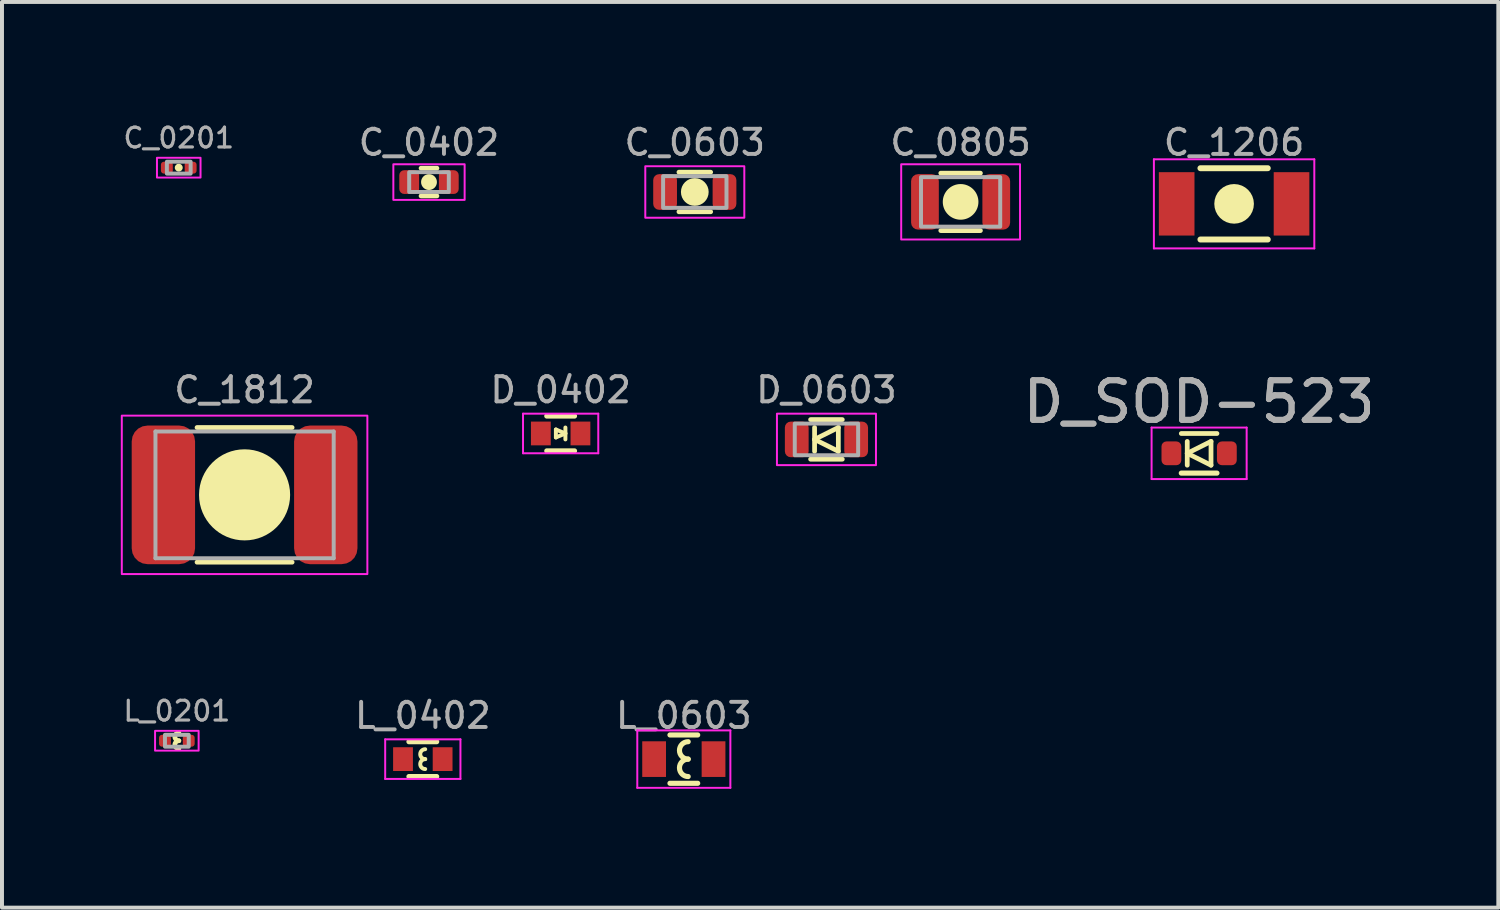
<source format=kicad_pcb>
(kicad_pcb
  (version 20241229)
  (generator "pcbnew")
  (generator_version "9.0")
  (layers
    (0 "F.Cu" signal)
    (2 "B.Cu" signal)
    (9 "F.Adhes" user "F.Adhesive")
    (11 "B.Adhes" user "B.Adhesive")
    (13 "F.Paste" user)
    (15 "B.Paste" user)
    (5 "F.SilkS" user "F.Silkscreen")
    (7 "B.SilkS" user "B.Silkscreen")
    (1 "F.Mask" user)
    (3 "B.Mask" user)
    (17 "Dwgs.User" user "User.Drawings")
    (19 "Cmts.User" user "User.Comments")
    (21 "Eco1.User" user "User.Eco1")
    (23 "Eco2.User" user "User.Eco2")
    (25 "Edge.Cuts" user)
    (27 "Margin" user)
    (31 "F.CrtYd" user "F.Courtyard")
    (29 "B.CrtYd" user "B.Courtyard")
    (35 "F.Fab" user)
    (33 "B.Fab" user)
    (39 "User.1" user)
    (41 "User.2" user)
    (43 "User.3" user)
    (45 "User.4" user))
  (footprint "D_0603"
    (layer "F.Cu")
    (at 17.816 8.044)
    (property "Reference" "D_0603" (at 0 -1.25 0) (layer "F.Fab") (effects (font (size 0.635 0.635) (thickness 0.1))))
    (attr smd)
    (fp_line (start -0.4 -0.5) (end 0.4 -0.5) (stroke (width 0.12) (type solid)) (layer "F.SilkS"))
    (fp_line (start -0.3 -0.3) (end -0.3 0.3) (stroke (width 0.12) (type solid)) (layer "F.SilkS"))
    (fp_line (start -0.3 0) (end 0.3 -0.3) (stroke (width 0.12) (type solid)) (layer "F.SilkS"))
    (fp_line (start 0.3 -0.3) (end 0.3 0.3) (stroke (width 0.12) (type solid)) (layer "F.SilkS"))
    (fp_line (start 0.3 0.3) (end -0.3 0) (stroke (width 0.12) (type solid)) (layer "F.SilkS"))
    (fp_line (start 0.4 0.5) (end -0.4 0.5) (stroke (width 0.12) (type solid)) (layer "F.SilkS"))
    (fp_arc (start -0.850001 -0.025) (mid -0.791422 -0.166422) (end -0.650001 -0.225001) (stroke (width 0.2) (type default)) (layer "F.Paste"))
    (fp_arc (start -0.65 0.225) (mid -0.791422 0.166421) (end -0.850001 0.025) (stroke (width 0.2) (type default)) (layer "F.Paste"))
    (fp_arc (start 0.65 -0.225) (mid 0.791422 -0.166421) (end 0.850001 -0.025) (stroke (width 0.2) (type default)) (layer "F.Paste"))
    (fp_arc (start 0.850001 0.025) (mid 0.791422 0.166422) (end 0.650001 0.225001) (stroke (width 0.2) (type default)) (layer "F.Paste"))
    (fp_poly (pts (xy -0.6 0.275) (xy -0.9 0.275) (xy -0.9 -0.275) (xy -0.6 -0.275) (xy -0.6 -0.225) (xy -0.85 -0.225) (xy -0.85 0.225) (xy -0.6 0.225)) (stroke (width 0.2) (type solid)) (fill yes) (layer "F.Paste"))
    (fp_poly (pts (xy 0.6 -0.275) (xy 0.9 -0.275) (xy 0.9 0.275) (xy 0.6 0.275) (xy 0.6 0.225) (xy 0.85 0.225) (xy 0.85 -0.225) (xy 0.6 -0.225)) (stroke (width 0.2) (type solid)) (fill yes) (layer "F.Paste"))
    (fp_rect (start -1.25 -0.65) (end 1.25 0.65) (stroke (width 0.05) (type solid)) (fill no) (layer "F.CrtYd"))
    (fp_rect (start -0.8 -0.4) (end 0.8 0.4) (stroke (width 0.1) (type solid)) (fill no) (layer "F.Fab"))
    (pad "A" smd roundrect (at 0.75 0) (size 0.6 0.9) (layers "F.Cu" "F.Mask") (roundrect_rratio 0.25))
    (pad "C" smd roundrect (at -0.75 0) (size 0.6 0.9) (layers "F.Cu" "F.Mask") (roundrect_rratio 0.25)))
  (footprint "D_0402"
    (layer "F.Cu")
    (at 11.105 7.894)
    (property "Reference" "D_0402" (at 0 -1.1 0) (layer "F.Fab") (effects (font (size 0.635 0.635) (thickness 0.1))))
    (attr smd)
    (fp_line (start -0.35 -0.44) (end 0.35 -0.44) (stroke (width 0.13) (type solid)) (layer "F.SilkS"))
    (fp_line (start -0.12 -0.1) (end -0.12 0.1) (stroke (width 0.1) (type solid)) (layer "F.SilkS"))
    (fp_line (start -0.12 0.1) (end 0.12 0) (stroke (width 0.1) (type solid)) (layer "F.SilkS"))
    (fp_line (start 0.12 -0.15) (end 0.12 0.15) (stroke (width 0.1) (type solid)) (layer "F.SilkS"))
    (fp_line (start 0.12 0) (end -0.12 -0.1) (stroke (width 0.1) (type solid)) (layer "F.SilkS"))
    (fp_line (start 0.35 0.44) (end -0.35 0.44) (stroke (width 0.13) (type solid)) (layer "F.SilkS"))
    (fp_line (start -0.95 -0.5) (end -0.95 0.5) (stroke (width 0.05) (type solid)) (layer "F.CrtYd"))
    (fp_line (start -0.95 -0.5) (end 0.95 -0.5) (stroke (width 0.05) (type solid)) (layer "F.CrtYd"))
    (fp_line (start -0.95 0.5) (end 0.95 0.5) (stroke (width 0.05) (type solid)) (layer "F.CrtYd"))
    (fp_line (start 0.95 -0.5) (end 0.95 0.5) (stroke (width 0.05) (type solid)) (layer "F.CrtYd"))
    (pad "A" smd rect (at -0.5 0) (size 0.5 0.6) (layers "F.Cu" "F.Mask" "F.Paste"))
    (pad "C" smd rect (at 0.5 0) (size 0.5 0.6) (layers "F.Cu" "F.Mask" "F.Paste")))
  (footprint "C_0603"
    (layer "F.Cu")
    (at 14.492 1.797)
    (property "Reference" "C_0603" (at 0 -1.25 0) (layer "F.Fab") (effects (font (size 0.635 0.635) (thickness 0.1))))
    (attr smd)
    (fp_line (start -0.4 -0.5) (end 0.4 -0.5) (stroke (width 0.12) (type solid)) (layer "F.SilkS"))
    (fp_line (start 0.4 0.5) (end -0.4 0.5) (stroke (width 0.12) (type solid)) (layer "F.SilkS"))
    (fp_circle (center 0 0) (end 0.3 0) (stroke (width 0.1) (type solid)) (fill yes) (layer "F.SilkS"))
    (fp_arc (start -0.880001 -0.02) (mid -0.809707 -0.189706) (end -0.640001 -0.26) (stroke (width 0.25) (type default)) (layer "F.Paste"))
    (fp_arc (start -0.64 0.260001) (mid -0.809706 0.189707) (end -0.88 0.020001) (stroke (width 0.25) (type default)) (layer "F.Paste"))
    (fp_arc (start 0.64 -0.260001) (mid 0.809706 -0.189707) (end 0.88 -0.020001) (stroke (width 0.25) (type default)) (layer "F.Paste"))
    (fp_arc (start 0.880001 0.02) (mid 0.809707 0.189706) (end 0.640001 0.26) (stroke (width 0.25) (type default)) (layer "F.Paste"))
    (fp_poly (pts (xy -0.6 0.3) (xy -0.9 0.3) (xy -0.9 -0.3) (xy -0.6 -0.3) (xy -0.6 -0.26) (xy -0.88 -0.26) (xy -0.88 0.26) (xy -0.6 0.26)) (stroke (width 0.25) (type solid)) (fill yes) (layer "F.Paste"))
    (fp_poly (pts (xy 0.6 -0.3) (xy 0.9 -0.3) (xy 0.9 0.3) (xy 0.6 0.3) (xy 0.6 0.26) (xy 0.88 0.26) (xy 0.88 -0.26) (xy 0.6 -0.26)) (stroke (width 0.25) (type solid)) (fill yes) (layer "F.Paste"))
    (fp_rect (start -1.25 -0.65) (end 1.25 0.65) (stroke (width 0.05) (type solid)) (fill no) (layer "F.CrtYd"))
    (fp_rect (start -0.8 -0.4) (end 0.8 0.4) (stroke (width 0.1) (type solid)) (fill no) (layer "F.Fab"))
    (pad "1" smd roundrect (at -0.75 0) (size 0.6 0.9) (layers "F.Cu" "F.Mask") (roundrect_rratio 0.25))
    (pad "2" smd roundrect (at 0.75 0) (size 0.6 0.9) (layers "F.Cu" "F.Mask") (roundrect_rratio 0.25)))
  (footprint "C_0402"
    (layer "F.Cu")
    (at 7.781 1.547)
    (property "Reference" "C_0402" (at 0 -1 0) (layer "F.Fab") (effects (font (size 0.635 0.635) (thickness 0.1))))
    (attr smd)
    (fp_line (start -0.2 -0.35) (end 0.2 -0.35) (stroke (width 0.12) (type solid)) (layer "F.SilkS"))
    (fp_line (start 0.2 0.35) (end -0.2 0.35) (stroke (width 0.12) (type solid)) (layer "F.SilkS"))
    (fp_circle (center 0 0) (end 0.15 0) (stroke (width 0.1) (type solid)) (fill yes) (layer "F.SilkS"))
    (fp_rect (start -0.9 -0.45) (end 0.9 0.45) (stroke (width 0.05) (type solid)) (fill no) (layer "F.CrtYd"))
    (fp_rect (start -0.5 -0.25) (end 0.5 0.25) (stroke (width 0.1) (type solid)) (fill no) (layer "F.Fab"))
    (pad "1" smd roundrect (at -0.5 0) (size 0.5 0.6) (layers "F.Cu" "F.Mask" "F.Paste") (roundrect_rratio 0.25))
    (pad "2" smd roundrect (at 0.5 0) (size 0.5 0.6) (layers "F.Cu" "F.Mask" "F.Paste") (roundrect_rratio 0.25)))
  (footprint "C_0805"
    (layer "F.Cu")
    (at 21.203 2.047)
    (property "Reference" "C_0805" (at 0 -1.5 0) (layer "F.Fab") (effects (font (size 0.635 0.635) (thickness 0.1))))
    (attr smd)
    (fp_line (start -0.5 -0.725) (end 0.5 -0.725) (stroke (width 0.12) (type solid)) (layer "F.SilkS"))
    (fp_line (start 0.5 0.725) (end -0.5 0.725) (stroke (width 0.12) (type solid)) (layer "F.SilkS"))
    (fp_circle (center 0 0) (end 0.4 0) (stroke (width 0.1) (type solid)) (fill yes) (layer "F.SilkS"))
    (fp_rect (start -1.5 -0.95) (end 1.5 0.95) (stroke (width 0.05) (type solid)) (fill no) (layer "F.CrtYd"))
    (fp_rect (start -1 -0.625) (end 1 0.625) (stroke (width 0.1) (type solid)) (fill no) (layer "F.Fab"))
    (pad "1" smd roundrect (at -0.9 0) (size 0.7 1.4) (layers "F.Cu" "F.Mask" "F.Paste") (roundrect_rratio 0.25))
    (pad "2" smd roundrect (at 0.9 0) (size 0.7 1.4) (layers "F.Cu" "F.Mask" "F.Paste") (roundrect_rratio 0.25)))
  (footprint "L_0603"
    (layer "F.Cu")
    (at 14.215 16.116)
    (property "Reference" "L_0603" (at 0 -1.1 0) (layer "F.Fab") (effects (font (size 0.635 0.635) (thickness 0.1))))
    (attr smd)
    (fp_line (start -0.35 -0.61) (end 0.35 -0.61) (stroke (width 0.13) (type solid)) (layer "F.SilkS"))
    (fp_line (start 0.35 0.61) (end -0.35 0.61) (stroke (width 0.13) (type solid)) (layer "F.SilkS"))
    (fp_arc (start 0.11 0) (mid -0.11 -0.22) (end 0.11 -0.44) (stroke (width 0.13) (type solid)) (layer "F.SilkS"))
    (fp_arc (start 0.11 0.44) (mid -0.11 0.22) (end 0.11 0) (stroke (width 0.13) (type solid)) (layer "F.SilkS"))
    (fp_line (start -1.175 -0.725) (end -1.175 0.725) (stroke (width 0.05) (type solid)) (layer "F.CrtYd"))
    (fp_line (start -1.175 -0.725) (end 1.175 -0.725) (stroke (width 0.05) (type solid)) (layer "F.CrtYd"))
    (fp_line (start -1.175 0.725) (end 1.175 0.725) (stroke (width 0.05) (type solid)) (layer "F.CrtYd"))
    (fp_line (start 1.175 -0.725) (end 1.175 0.725) (stroke (width 0.05) (type solid)) (layer "F.CrtYd"))
    (pad "1" smd rect (at -0.75 0) (size 0.6 0.9) (layers "F.Cu" "F.Mask" "F.Paste"))
    (pad "2" smd rect (at 0.75 0) (size 0.6 0.9) (layers "F.Cu" "F.Mask" "F.Paste")))
  (footprint "D_SOD-523"
    (layer "F.Cu")
    (at 27.225 8.395)
    (property "Reference" "D_SOD-523" (at 0 -1.3 0) (layer "F.Fab") (effects (font (size 1 1) (thickness 0.15))))
    (attr smd)
    (fp_line (start -0.45 -0.5) (end 0.45 -0.5) (stroke (width 0.12) (type solid)) (layer "F.SilkS"))
    (fp_line (start -0.3 -0.3) (end -0.3 0.3) (stroke (width 0.12) (type solid)) (layer "F.SilkS"))
    (fp_line (start -0.3 0) (end 0.3 -0.3) (stroke (width 0.12) (type solid)) (layer "F.SilkS"))
    (fp_line (start 0.3 -0.3) (end 0.3 0.3) (stroke (width 0.12) (type solid)) (layer "F.SilkS"))
    (fp_line (start 0.3 0.3) (end -0.3 0) (stroke (width 0.12) (type solid)) (layer "F.SilkS"))
    (fp_line (start 0.45 0.5) (end -0.45 0.5) (stroke (width 0.13) (type solid)) (layer "F.SilkS"))
    (fp_line (start -1.2 -0.65) (end 1.2 -0.65) (stroke (width 0.05) (type solid)) (layer "F.CrtYd"))
    (fp_line (start -1.2 0.65) (end -1.2 -0.65) (stroke (width 0.05) (type solid)) (layer "F.CrtYd"))
    (fp_line (start 1.2 -0.65) (end 1.2 0.65) (stroke (width 0.05) (type solid)) (layer "F.CrtYd"))
    (fp_line (start 1.2 0.65) (end -1.2 0.65) (stroke (width 0.05) (type solid)) (layer "F.CrtYd"))
    (fp_text user "${REFERENCE}" (at 0 -1.3 0) (layer "F.Fab") (effects (font (size 1 1) (thickness 0.15))))
    (pad "A" smd roundrect (at 0.7 0) (size 0.5 0.6) (layers "F.Cu" "F.Mask" "F.Paste") (roundrect_rratio 0.25))
    (pad "C" smd roundrect (at -0.7 0) (size 0.5 0.6) (layers "F.Cu" "F.Mask" "F.Paste") (roundrect_rratio 0.25)))
  (footprint "C_1812"
    (layer "F.Cu")
    (at 3.125 9.444)
    (property "Reference" "C_1812" (at 0 -2.65 0) (layer "F.Fab") (effects (font (size 0.635 0.635) (thickness 0.1))))
    (attr smd)
    (fp_line (start -1.2 -1.7) (end 1.2 -1.7) (stroke (width 0.12) (type solid)) (layer "F.SilkS"))
    (fp_line (start -1.2 1.7) (end 1.2 1.7) (stroke (width 0.12) (type solid)) (layer "F.SilkS"))
    (fp_circle (center 0 0) (end 1.1 0) (stroke (width 0.1) (type solid)) (fill yes) (layer "F.SilkS"))
    (fp_rect (start -3.1 -2) (end 3.1 2) (stroke (width 0.05) (type solid)) (fill no) (layer "F.CrtYd"))
    (fp_line (start -2.25 -1.6) (end 2.25 -1.6) (stroke (width 0.1) (type solid)) (layer "F.Fab"))
    (fp_line (start -2.25 1.6) (end -2.25 -1.6) (stroke (width 0.1) (type solid)) (layer "F.Fab"))
    (fp_line (start 2.25 -1.6) (end 2.25 1.6) (stroke (width 0.1) (type solid)) (layer "F.Fab"))
    (fp_line (start 2.25 1.6) (end -2.25 1.6) (stroke (width 0.1) (type solid)) (layer "F.Fab"))
    (pad "1" smd roundrect (at -2.05 0) (size 1.6 3.5) (layers "F.Cu" "F.Mask" "F.Paste") (roundrect_rratio 0.25))
    (pad "2" smd roundrect (at 2.05 0) (size 1.6 3.5) (layers "F.Cu" "F.Mask" "F.Paste") (roundrect_rratio 0.25)))
  (footprint "C_0201"
    (layer "F.Cu")
    (at 1.463 1.183)
    (property "Reference" "C_0201" (at 0 -0.75 0) (layer "F.Fab") (effects (font (size 0.5 0.5) (thickness 0.08))))
    (attr smd)
    (fp_circle (center 0 0) (end 0.05 0) (stroke (width 0.1) (type solid)) (fill yes) (layer "F.SilkS"))
    (fp_rect (start -0.55 -0.25) (end 0.55 0.25) (stroke (width 0.05) (type solid)) (fill no) (layer "F.CrtYd"))
    (fp_rect (start -0.3 -0.15) (end 0.3 0.15) (stroke (width 0.1) (type solid)) (fill no) (layer "F.Fab"))
    (pad "1" smd roundrect (at -0.3 0) (size 0.3 0.3) (layers "F.Cu" "F.Mask" "F.Paste") (roundrect_rratio 0.25))
    (pad "2" smd roundrect (at 0.3 0) (size 0.3 0.3) (layers "F.Cu" "F.Mask" "F.Paste") (roundrect_rratio 0.25)))
  (footprint "L_0201"
    (layer "F.Cu")
    (at 1.415 15.652)
    (property "Reference" "L_0201" (at 0 -0.75 0) (layer "F.Fab") (effects (font (size 0.5 0.5) (thickness 0.08))))
    (attr smd)
    (fp_arc (start 0.05 0) (mid -0.05 -0.1) (end 0.05 -0.2) (stroke (width 0.12) (type solid)) (layer "F.SilkS"))
    (fp_arc (start 0.05 0.2) (mid -0.05 0.1) (end 0.05 0) (stroke (width 0.12) (type solid)) (layer "F.SilkS"))
    (fp_rect (start -0.55 -0.25) (end 0.55 0.25) (stroke (width 0.05) (type solid)) (fill no) (layer "F.CrtYd"))
    (fp_rect (start -0.3 -0.15) (end 0.3 0.15) (stroke (width 0.1) (type solid)) (fill no) (layer "F.Fab"))
    (pad "1" smd roundrect (at -0.3 0) (size 0.3 0.3) (layers "F.Cu" "F.Mask" "F.Paste") (roundrect_rratio 0.25))
    (pad "2" smd roundrect (at 0.3 0) (size 0.3 0.3) (layers "F.Cu" "F.Mask" "F.Paste") (roundrect_rratio 0.25)))
  (footprint "C_1206"
    (layer "F.Cu")
    (at 28.108 2.097)
    (property "Reference" "C_1206" (at 0 -1.55 0) (layer "F.Fab") (effects (font (size 0.635 0.635) (thickness 0.1))))
    (attr smd)
    (fp_line (start -0.85 -0.9) (end 0.85 -0.9) (stroke (width 0.15) (type solid)) (layer "F.SilkS"))
    (fp_line (start 0.85 0.9) (end -0.85 0.9) (stroke (width 0.15) (type solid)) (layer "F.SilkS"))
    (fp_circle (center 0 0) (end 0 -0.25) (stroke (width 0.5) (type solid)) (fill no) (layer "F.SilkS"))
    (fp_line (start -2.025 -1.125) (end -2.025 1.125) (stroke (width 0.05) (type solid)) (layer "F.CrtYd"))
    (fp_line (start -2.025 -1.125) (end 2.025 -1.125) (stroke (width 0.05) (type solid)) (layer "F.CrtYd"))
    (fp_line (start -2.025 1.125) (end 2.025 1.125) (stroke (width 0.05) (type solid)) (layer "F.CrtYd"))
    (fp_line (start 2.025 -1.125) (end 2.025 1.125) (stroke (width 0.05) (type solid)) (layer "F.CrtYd"))
    (pad "1" smd rect (at -1.45 0) (size 0.9 1.6) (layers "F.Cu" "F.Mask" "F.Paste"))
    (pad "2" smd rect (at 1.45 0) (size 0.9 1.6) (layers "F.Cu" "F.Mask" "F.Paste")))
  (footprint "L_0402"
    (layer "F.Cu")
    (at 7.625 16.116)
    (property "Reference" "L_0402" (at 0 -1.1 0) (layer "F.Fab") (effects (font (size 0.635 0.635) (thickness 0.1))))
    (attr smd)
    (fp_line (start -0.35 -0.44) (end 0.35 -0.44) (stroke (width 0.13) (type solid)) (layer "F.SilkS"))
    (fp_line (start 0.35 0.44) (end -0.35 0.44) (stroke (width 0.13) (type solid)) (layer "F.SilkS"))
    (fp_arc (start 0.06 0) (mid -0.065 -0.125) (end 0.06 -0.25) (stroke (width 0.1) (type solid)) (layer "F.SilkS"))
    (fp_arc (start 0.06 0.25) (mid -0.065 0.125) (end 0.06 0) (stroke (width 0.1) (type solid)) (layer "F.SilkS"))
    (fp_line (start -0.95 -0.5) (end -0.95 0.5) (stroke (width 0.05) (type solid)) (layer "F.CrtYd"))
    (fp_line (start -0.95 -0.5) (end 0.95 -0.5) (stroke (width 0.05) (type solid)) (layer "F.CrtYd"))
    (fp_line (start -0.95 0.5) (end 0.95 0.5) (stroke (width 0.05) (type solid)) (layer "F.CrtYd"))
    (fp_line (start 0.95 -0.5) (end 0.95 0.5) (stroke (width 0.05) (type solid)) (layer "F.CrtYd"))
    (pad "1" smd rect (at -0.5 0) (size 0.5 0.6) (layers "F.Cu" "F.Mask" "F.Paste"))
    (pad "2" smd rect (at 0.5 0) (size 0.5 0.6) (layers "F.Cu" "F.Mask" "F.Paste")))
  (gr_rect
    (start -3 -3)
    (end 34.779 19.866)
    (stroke (width 0.1) (type default))
    (fill no)
    (layer "Edge.Cuts")))
</source>
